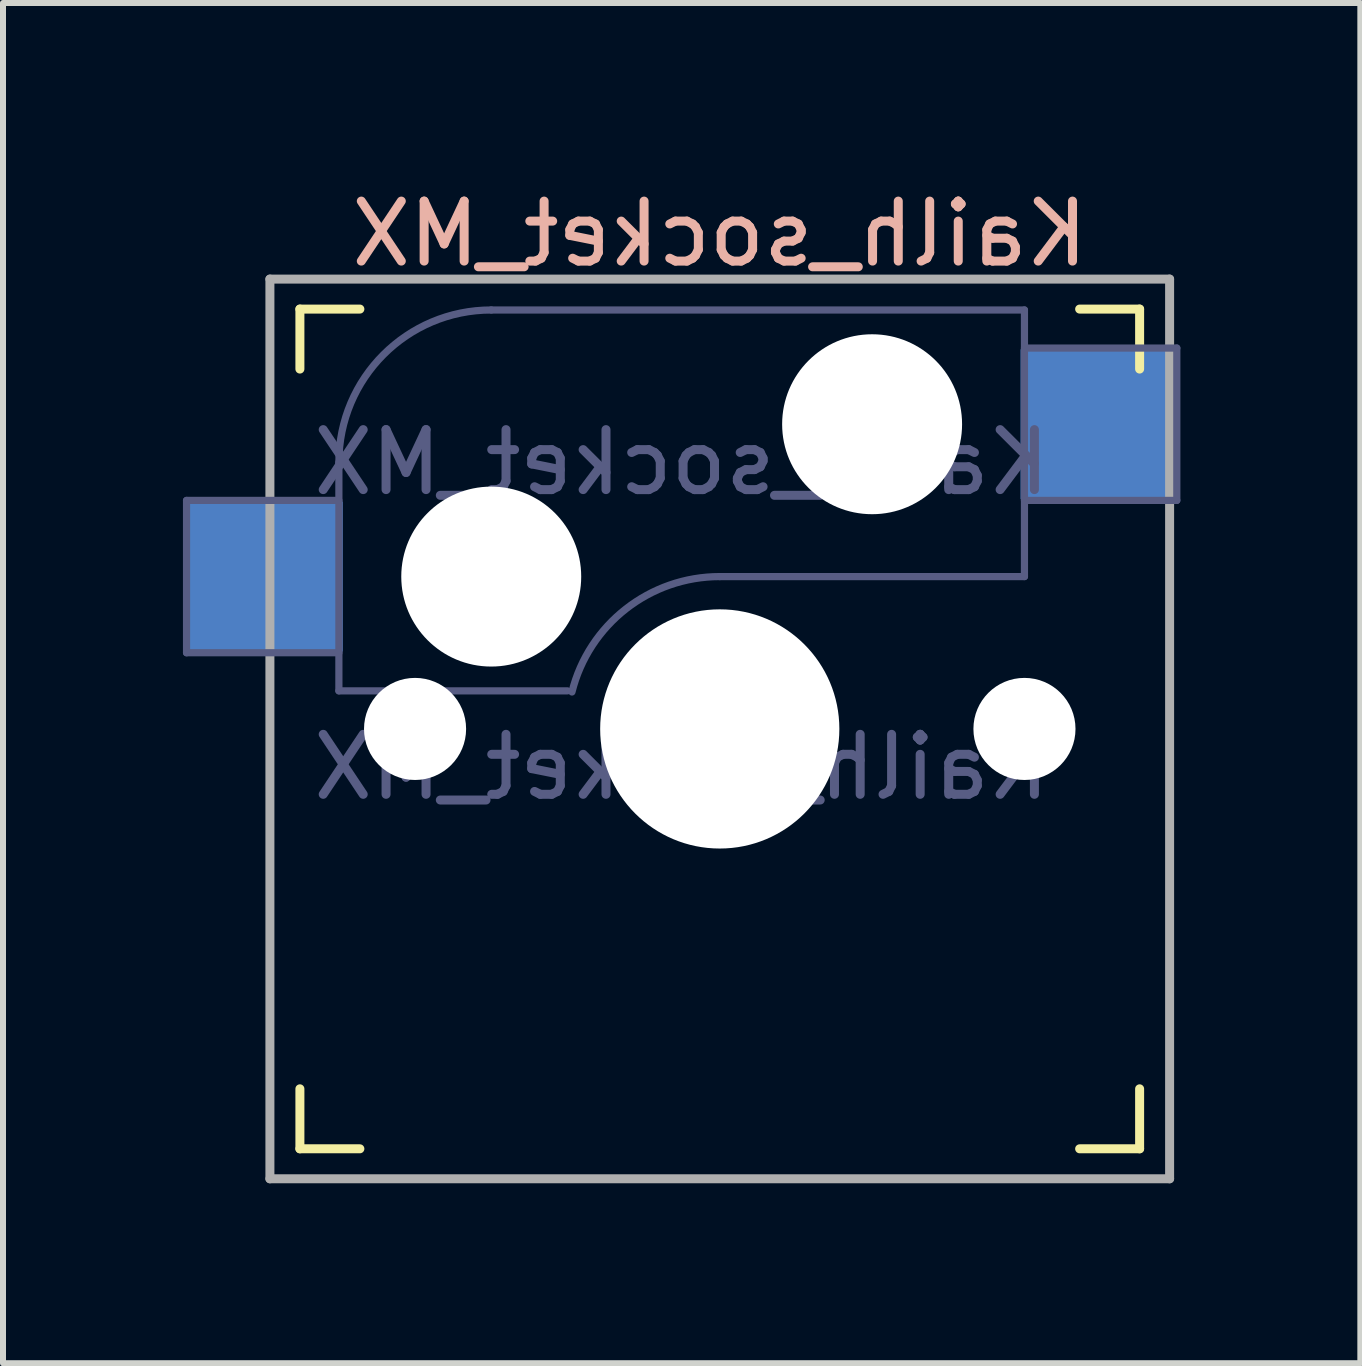
<source format=kicad_pcb>
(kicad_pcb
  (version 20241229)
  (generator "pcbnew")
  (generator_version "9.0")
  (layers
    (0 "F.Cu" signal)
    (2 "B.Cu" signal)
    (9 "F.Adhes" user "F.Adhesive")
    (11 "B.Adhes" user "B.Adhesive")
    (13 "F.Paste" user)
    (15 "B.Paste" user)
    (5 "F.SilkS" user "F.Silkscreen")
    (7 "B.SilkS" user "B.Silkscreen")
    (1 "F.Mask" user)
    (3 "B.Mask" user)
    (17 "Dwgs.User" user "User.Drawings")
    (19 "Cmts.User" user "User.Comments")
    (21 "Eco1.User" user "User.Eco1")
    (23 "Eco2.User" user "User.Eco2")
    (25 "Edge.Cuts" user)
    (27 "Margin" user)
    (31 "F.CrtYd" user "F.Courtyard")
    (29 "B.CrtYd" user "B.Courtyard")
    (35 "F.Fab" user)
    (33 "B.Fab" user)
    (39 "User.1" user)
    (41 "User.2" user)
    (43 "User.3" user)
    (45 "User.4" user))
  (footprint "Kailh_socket_MX"
    (layer "F.Cu")
    (at 8.95 9.103)
    (property "Reference" "Kailh_socket_MX" (at 0 -8.255 0) (layer "B.SilkS") (effects (font (size 1 1) (thickness 0.15)) (justify mirror)))
    (property "Value" "Kailh_socket_MX" (at 0 8.255 0) (layer "F.Fab") (hide yes) (effects (font (size 1 1) (thickness 0.15))))
    (attr smd)
    (fp_line (start -7 -6) (end -7 -7) (stroke (width 0.15) (type solid)) (layer "F.SilkS"))
    (fp_line (start -7 7) (end -7 6) (stroke (width 0.15) (type solid)) (layer "F.SilkS"))
    (fp_line (start -7 7) (end -6 7) (stroke (width 0.15) (type solid)) (layer "F.SilkS"))
    (fp_line (start -6 -7) (end -7 -7) (stroke (width 0.15) (type solid)) (layer "F.SilkS"))
    (fp_line (start 6 7) (end 7 7) (stroke (width 0.15) (type solid)) (layer "F.SilkS"))
    (fp_line (start 7 -7) (end 6 -7) (stroke (width 0.15) (type solid)) (layer "F.SilkS"))
    (fp_line (start 7 -7) (end 7 -6) (stroke (width 0.15) (type solid)) (layer "F.SilkS"))
    (fp_line (start 7 6) (end 7 7) (stroke (width 0.15) (type solid)) (layer "F.SilkS"))
    (fp_line (start -6.9 6.9) (end -6.9 -6.9) (stroke (width 0.15) (type solid)) (layer "Eco2.User"))
    (fp_line (start -6.9 6.9) (end 6.9 6.9) (stroke (width 0.15) (type solid)) (layer "Eco2.User"))
    (fp_line (start 6.9 -6.9) (end -6.9 -6.9) (stroke (width 0.15) (type solid)) (layer "Eco2.User"))
    (fp_line (start 6.9 -6.9) (end 6.9 6.9) (stroke (width 0.15) (type solid)) (layer "Eco2.User"))
    (fp_line (start -8.89 -3.81) (end -6.35 -3.81) (stroke (width 0.12) (type solid)) (layer "B.Fab"))
    (fp_line (start -8.89 -1.27) (end -8.89 -3.81) (stroke (width 0.12) (type solid)) (layer "B.Fab"))
    (fp_line (start -6.35 -1.27) (end -8.89 -1.27) (stroke (width 0.12) (type solid)) (layer "B.Fab"))
    (fp_line (start -6.35 -0.635) (end -6.35 -4.445) (stroke (width 0.12) (type solid)) (layer "B.Fab"))
    (fp_line (start -6.35 -0.635) (end -2.54 -0.635) (stroke (width 0.12) (type solid)) (layer "B.Fab"))
    (fp_line (start -3.81 -6.985) (end 5.08 -6.985) (stroke (width 0.12) (type solid)) (layer "B.Fab"))
    (fp_line (start 5.08 -6.985) (end 5.08 -2.54) (stroke (width 0.12) (type solid)) (layer "B.Fab"))
    (fp_line (start 5.08 -6.35) (end 7.62 -6.35) (stroke (width 0.12) (type solid)) (layer "B.Fab"))
    (fp_line (start 5.08 -2.54) (end 0 -2.54) (stroke (width 0.12) (type solid)) (layer "B.Fab"))
    (fp_line (start 7.62 -6.35) (end 7.62 -3.81) (stroke (width 0.12) (type solid)) (layer "B.Fab"))
    (fp_line (start 7.62 -3.81) (end 5.08 -3.81) (stroke (width 0.12) (type solid)) (layer "B.Fab"))
    (fp_arc (start -6.35 -4.445) (mid -5.606051 -6.241051) (end -3.81 -6.985) (stroke (width 0.12) (type solid)) (layer "B.Fab"))
    (fp_arc (start -2.464162 -0.61604) (mid -1.563147 -2.002042) (end 0 -2.54) (stroke (width 0.12) (type solid)) (layer "B.Fab"))
    (fp_line (start -7.5 -7.5) (end 7.5 -7.5) (stroke (width 0.15) (type solid)) (layer "F.Fab"))
    (fp_line (start -7.5 7.5) (end -7.5 -7.5) (stroke (width 0.15) (type solid)) (layer "F.Fab"))
    (fp_line (start 7.5 -7.5) (end 7.5 7.5) (stroke (width 0.15) (type solid)) (layer "F.Fab"))
    (fp_line (start 7.5 7.5) (end -7.5 7.5) (stroke (width 0.15) (type solid)) (layer "F.Fab"))
    (fp_text user "${REFERENCE}" (at -0.635 -4.445 0) (layer "B.Fab") (effects (font (size 1 1) (thickness 0.15)) (justify mirror)))
    (fp_text user "${VALUE}" (at -0.635 0.635 0) (layer "B.Fab") (effects (font (size 1 1) (thickness 0.15)) (justify mirror)))
    (pad "" np_thru_hole circle (at -5.08 0) (size 1.702 1.702) (drill 1.702) (layers "*.Cu" "*.Mask"))
    (pad "" np_thru_hole circle (at -3.81 -2.54) (size 3 3) (drill 3) (layers "*.Cu" "*.Mask"))
    (pad "" np_thru_hole circle (at 0 0) (size 3.988 3.988) (drill 3.988) (layers "*.Cu" "*.Mask"))
    (pad "" np_thru_hole circle (at 2.54 -5.08) (size 3 3) (drill 3) (layers "*.Cu" "*.Mask"))
    (pad "" np_thru_hole circle (at 5.08 0) (size 1.702 1.702) (drill 1.702) (layers "*.Cu" "*.Mask"))
    (pad "1" smd rect (at 6.29 -5.08) (size 2.55 2.5) (layers "B.Cu" "B.Mask" "B.Paste"))
    (pad "2" smd rect (at -7.56 -2.54) (size 2.55 2.5) (layers "B.Cu" "B.Mask" "B.Paste")))
  (gr_rect
    (start -3 -3)
    (end 19.63 19.678)
    (stroke (width 0.1) (type default))
    (fill no)
    (layer "Edge.Cuts")))
</source>
